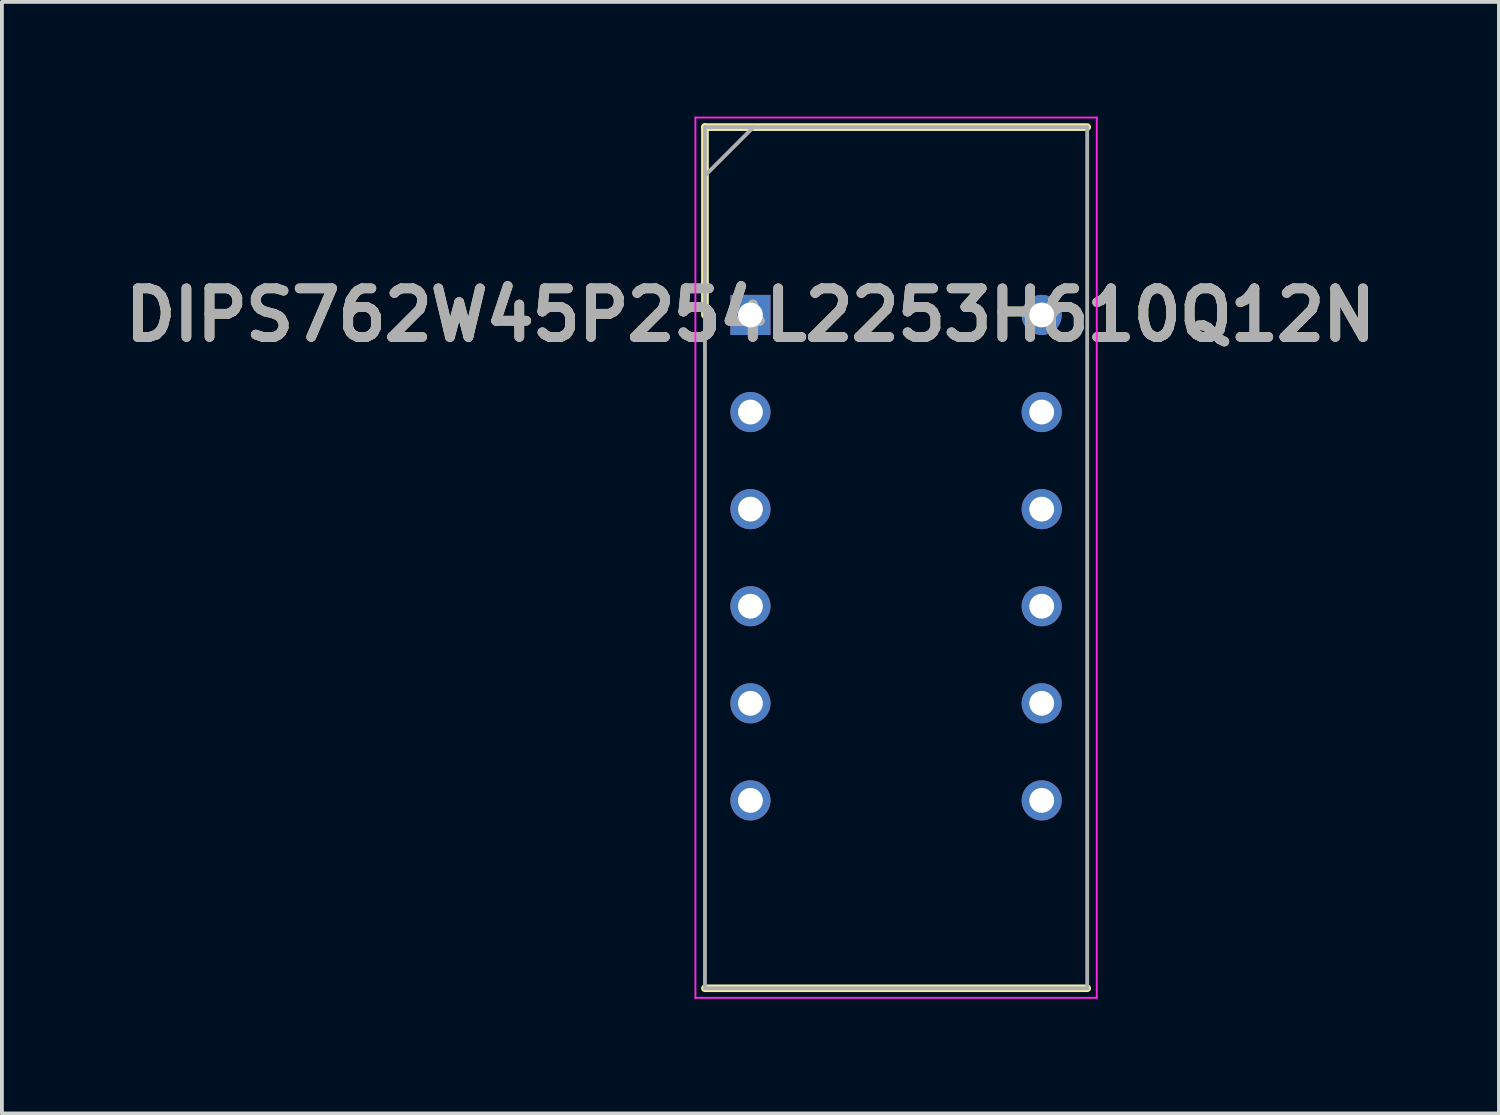
<source format=kicad_pcb>
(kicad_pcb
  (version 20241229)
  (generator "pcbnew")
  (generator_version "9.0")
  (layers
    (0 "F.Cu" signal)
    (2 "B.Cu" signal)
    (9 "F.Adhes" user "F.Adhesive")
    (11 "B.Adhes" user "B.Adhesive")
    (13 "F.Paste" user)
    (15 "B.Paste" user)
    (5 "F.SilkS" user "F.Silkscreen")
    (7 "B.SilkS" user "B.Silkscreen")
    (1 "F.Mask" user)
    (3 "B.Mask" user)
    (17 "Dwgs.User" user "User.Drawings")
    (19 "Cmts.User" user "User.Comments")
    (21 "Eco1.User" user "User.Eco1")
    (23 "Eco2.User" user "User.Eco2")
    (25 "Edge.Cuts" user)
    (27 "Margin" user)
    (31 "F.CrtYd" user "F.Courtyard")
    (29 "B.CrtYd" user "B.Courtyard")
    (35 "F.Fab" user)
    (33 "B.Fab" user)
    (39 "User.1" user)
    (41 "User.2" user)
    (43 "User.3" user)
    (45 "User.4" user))
  (footprint "DIPS762W45P254L2253H610Q12N"
    (layer "F.Cu")
    (at 16.583 5.19)
    (property "Reference" "DIPS762W45P254L2253H610Q12N" (at 0 0 0) (layer "F.SilkS") (effects (font (size 1.27 1.27) (thickness 0.254))))
    (attr through_hole)
    (fp_line (start -1.19 -4.915) (end -1.19 0) (stroke (width 0.2) (type solid)) (layer "F.SilkS"))
    (fp_line (start -1.19 17.615) (end 8.81 17.615) (stroke (width 0.2) (type solid)) (layer "F.SilkS"))
    (fp_line (start 8.81 -4.915) (end -1.19 -4.915) (stroke (width 0.2) (type solid)) (layer "F.SilkS"))
    (fp_line (start -1.44 -5.165) (end 9.06 -5.165) (stroke (width 0.05) (type solid)) (layer "F.CrtYd"))
    (fp_line (start -1.44 17.865) (end -1.44 -5.165) (stroke (width 0.05) (type solid)) (layer "F.CrtYd"))
    (fp_line (start 9.06 -5.165) (end 9.06 17.865) (stroke (width 0.05) (type solid)) (layer "F.CrtYd"))
    (fp_line (start 9.06 17.865) (end -1.44 17.865) (stroke (width 0.05) (type solid)) (layer "F.CrtYd"))
    (fp_line (start -1.19 -4.915) (end 8.81 -4.915) (stroke (width 0.1) (type solid)) (layer "F.Fab"))
    (fp_line (start -1.19 -3.645) (end 0.08 -4.915) (stroke (width 0.1) (type solid)) (layer "F.Fab"))
    (fp_line (start -1.19 17.615) (end -1.19 -4.915) (stroke (width 0.1) (type solid)) (layer "F.Fab"))
    (fp_line (start 8.81 -4.915) (end 8.81 17.615) (stroke (width 0.1) (type solid)) (layer "F.Fab"))
    (fp_line (start 8.81 17.615) (end -1.19 17.615) (stroke (width 0.1) (type solid)) (layer "F.Fab"))
    (fp_text user "${REFERENCE}" (at 0 0 0) (layer "F.Fab") (effects (font (size 1.27 1.27) (thickness 0.254))))
    (pad "1" thru_hole rect (at 0 0) (size 1.05 1.05) (drill 0.65) (layers "*.Cu" "*.Mask"))
    (pad "2" thru_hole circle (at 0 2.54) (size 1.05 1.05) (drill 0.65) (layers "*.Cu" "*.Mask"))
    (pad "3" thru_hole circle (at 0 5.08) (size 1.05 1.05) (drill 0.65) (layers "*.Cu" "*.Mask"))
    (pad "4" thru_hole circle (at 0 7.62) (size 1.05 1.05) (drill 0.65) (layers "*.Cu" "*.Mask"))
    (pad "5" thru_hole circle (at 0 10.16) (size 1.05 1.05) (drill 0.65) (layers "*.Cu" "*.Mask"))
    (pad "6" thru_hole circle (at 0 12.7) (size 1.05 1.05) (drill 0.65) (layers "*.Cu" "*.Mask"))
    (pad "7" thru_hole circle (at 7.62 12.7) (size 1.05 1.05) (drill 0.65) (layers "*.Cu" "*.Mask"))
    (pad "8" thru_hole circle (at 7.62 10.16) (size 1.05 1.05) (drill 0.65) (layers "*.Cu" "*.Mask"))
    (pad "9" thru_hole circle (at 7.62 7.62) (size 1.05 1.05) (drill 0.65) (layers "*.Cu" "*.Mask"))
    (pad "10" thru_hole circle (at 7.62 5.08) (size 1.05 1.05) (drill 0.65) (layers "*.Cu" "*.Mask"))
    (pad "11" thru_hole circle (at 7.62 2.54) (size 1.05 1.05) (drill 0.65) (layers "*.Cu" "*.Mask"))
    (pad "12" thru_hole circle (at 7.62 0) (size 1.05 1.05) (drill 0.65) (layers "*.Cu" "*.Mask")))
  (gr_rect
    (start -3 -3)
    (end 36.165 26.08)
    (stroke (width 0.1) (type default))
    (fill no)
    (layer "Edge.Cuts")))
</source>
